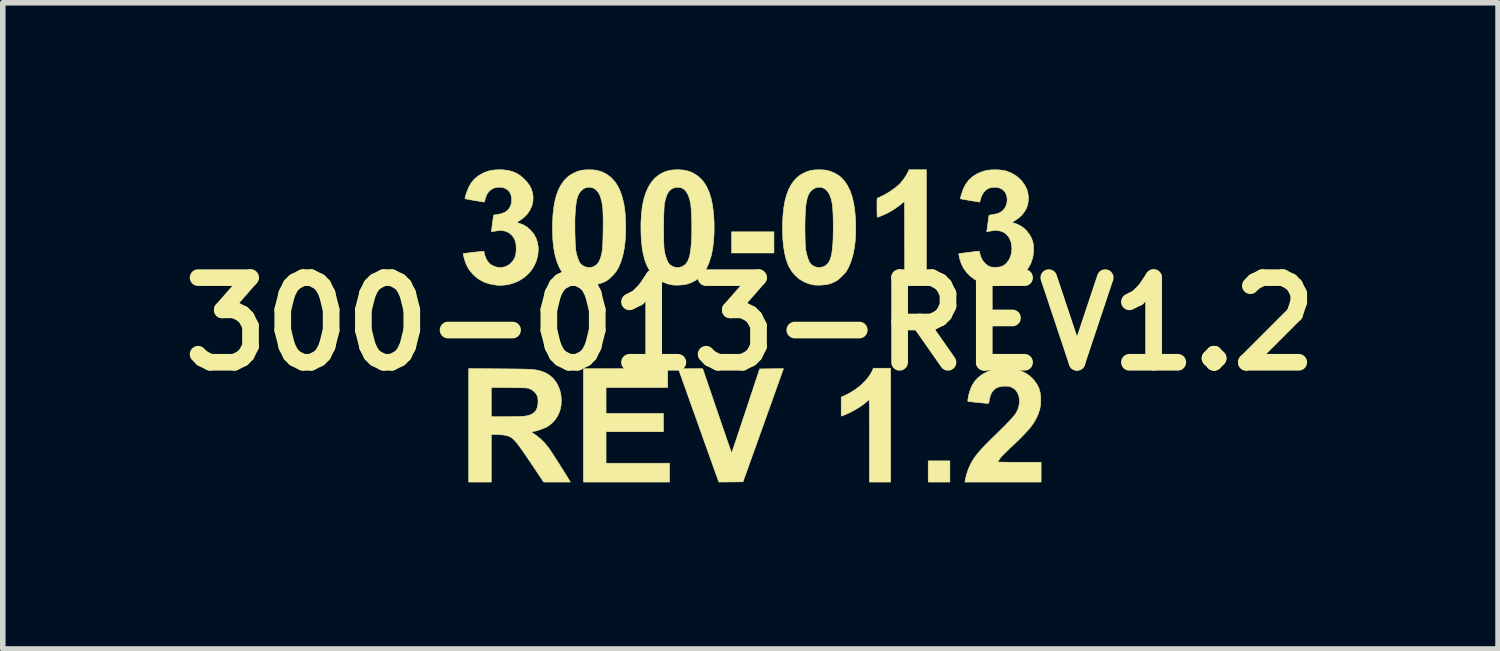
<source format=kicad_pcb>
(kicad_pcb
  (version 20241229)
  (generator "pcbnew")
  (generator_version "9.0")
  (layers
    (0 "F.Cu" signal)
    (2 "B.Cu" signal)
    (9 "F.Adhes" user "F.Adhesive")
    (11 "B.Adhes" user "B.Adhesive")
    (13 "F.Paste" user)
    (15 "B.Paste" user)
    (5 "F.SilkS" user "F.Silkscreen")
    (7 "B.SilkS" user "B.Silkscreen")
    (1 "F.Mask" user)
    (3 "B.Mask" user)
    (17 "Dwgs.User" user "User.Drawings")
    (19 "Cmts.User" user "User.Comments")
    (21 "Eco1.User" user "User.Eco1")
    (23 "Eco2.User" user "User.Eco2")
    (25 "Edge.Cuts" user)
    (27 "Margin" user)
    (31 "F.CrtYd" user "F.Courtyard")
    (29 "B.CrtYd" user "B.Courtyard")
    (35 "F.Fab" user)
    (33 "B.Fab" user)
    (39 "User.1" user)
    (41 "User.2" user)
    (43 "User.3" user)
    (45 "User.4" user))
  (footprint "300-013-REV1.2"
    (layer "F.Cu")
    (at 10.458 2.782)
    (property "Reference" "300-013-REV1.2" (at 0 0 0) (layer "F.SilkS") (effects (font (size 1.524 1.524) (thickness 0.3))))
    (attr through_hole)
    (fp_poly (pts (xy 0.423 -1.278) (xy -0.339 -1.278) (xy -0.339 -1.659) (xy 0.423 -1.659) (xy 0.423 -1.278)) (stroke (width 0.01) (type solid)) (fill yes) (layer "F.SilkS"))
    (fp_poly (pts (xy 3.59 2.845) (xy 3.2 2.845) (xy 3.2 2.464) (xy 3.59 2.464) (xy 3.59 2.845)) (stroke (width 0.01) (type solid)) (fill yes) (layer "F.SilkS"))
    (fp_poly (pts (xy -1.49 1.143) (xy -2.599 1.143) (xy -2.599 1.609) (xy -1.566 1.609) (xy -1.566 1.939) (xy -2.599 1.939) (xy -2.599 2.506) (xy -1.456 2.506) (xy -1.456 2.845) (xy -3.006 2.845) (xy -3.006 0.804) (xy -1.49 0.804) (xy -1.49 1.143)) (stroke (width 0.01) (type solid)) (fill yes) (layer "F.SilkS"))
    (fp_poly (pts (xy 2.523 2.845) (xy 2.142 2.845) (xy 2.142 2.104) (xy 2.142 1.994) (xy 2.142 1.888) (xy 2.142 1.789) (xy 2.141 1.697) (xy 2.141 1.614) (xy 2.14 1.541) (xy 2.14 1.478) (xy 2.139 1.428) (xy 2.138 1.391) (xy 2.138 1.369) (xy 2.137 1.363) (xy 2.129 1.368) (xy 2.111 1.382) (xy 2.091 1.4) (xy 2.031 1.448) (xy 1.96 1.498) (xy 1.881 1.546) (xy 1.799 1.59) (xy 1.72 1.626) (xy 1.688 1.639) (xy 1.634 1.659) (xy 1.634 1.316) (xy 1.707 1.283) (xy 1.796 1.237) (xy 1.882 1.183) (xy 1.963 1.122) (xy 2.036 1.056) (xy 2.1 0.987) (xy 2.152 0.917) (xy 2.19 0.849) (xy 2.194 0.839) (xy 2.212 0.796) (xy 2.523 0.796) (xy 2.523 2.845)) (stroke (width 0.01) (type solid)) (fill yes) (layer "F.SilkS"))
    (fp_poly (pts (xy 3.167 -2.777) (xy 3.167 -0.728) (xy 2.777 -0.728) (xy 2.773 -2.209) (xy 2.722 -2.166) (xy 2.656 -2.115) (xy 2.582 -2.064) (xy 2.508 -2.019) (xy 2.498 -2.013) (xy 2.469 -1.998) (xy 2.433 -1.981) (xy 2.395 -1.964) (xy 2.357 -1.948) (xy 2.324 -1.934) (xy 2.299 -1.925) (xy 2.286 -1.922) (xy 2.283 -1.93) (xy 2.28 -1.955) (xy 2.279 -1.996) (xy 2.278 -2.055) (xy 2.278 -2.095) (xy 2.278 -2.155) (xy 2.278 -2.199) (xy 2.279 -2.231) (xy 2.281 -2.252) (xy 2.284 -2.264) (xy 2.288 -2.269) (xy 2.29 -2.269) (xy 2.302 -2.273) (xy 2.326 -2.283) (xy 2.357 -2.298) (xy 2.394 -2.316) (xy 2.451 -2.347) (xy 2.513 -2.386) (xy 2.574 -2.429) (xy 2.631 -2.472) (xy 2.677 -2.512) (xy 2.679 -2.513) (xy 2.721 -2.559) (xy 2.763 -2.614) (xy 2.802 -2.672) (xy 2.825 -2.715) (xy 2.856 -2.777) (xy 3.011 -2.777) (xy 3.167 -2.777)) (stroke (width 0.01) (type solid)) (fill yes) (layer "F.SilkS"))
    (fp_poly (pts (xy 0.588 0.823) (xy 0.584 0.833) (xy 0.575 0.859) (xy 0.561 0.898) (xy 0.543 0.95) (xy 0.52 1.014) (xy 0.493 1.09) (xy 0.462 1.175) (xy 0.429 1.269) (xy 0.392 1.372) (xy 0.353 1.482) (xy 0.311 1.598) (xy 0.268 1.719) (xy 0.224 1.841) (xy -0.134 2.841) (xy -0.351 2.843) (xy -0.568 2.845) (xy -0.577 2.822) (xy -0.582 2.808) (xy -0.592 2.78) (xy -0.606 2.739) (xy -0.626 2.686) (xy -0.649 2.622) (xy -0.675 2.548) (xy -0.705 2.466) (xy -0.737 2.376) (xy -0.771 2.28) (xy -0.807 2.179) (xy -0.845 2.074) (xy -0.883 1.966) (xy -0.922 1.857) (xy -0.961 1.747) (xy -1 1.638) (xy -1.039 1.531) (xy -1.076 1.426) (xy -1.111 1.327) (xy -1.145 1.232) (xy -1.176 1.144) (xy -1.205 1.064) (xy -1.23 0.992) (xy -1.252 0.931) (xy -1.27 0.881) (xy -1.284 0.843) (xy -1.292 0.818) (xy -1.295 0.809) (xy -1.295 0.809) (xy -1.287 0.808) (xy -1.265 0.806) (xy -1.229 0.806) (xy -1.184 0.805) (xy -1.13 0.805) (xy -1.077 0.804) (xy -0.859 0.805) (xy -0.601 1.562) (xy -0.564 1.671) (xy -0.528 1.775) (xy -0.495 1.873) (xy -0.463 1.964) (xy -0.435 2.048) (xy -0.409 2.122) (xy -0.386 2.186) (xy -0.368 2.239) (xy -0.354 2.28) (xy -0.344 2.307) (xy -0.339 2.319) (xy -0.339 2.32) (xy -0.335 2.312) (xy -0.327 2.289) (xy -0.314 2.252) (xy -0.298 2.203) (xy -0.277 2.142) (xy -0.253 2.07) (xy -0.226 1.989) (xy -0.196 1.9) (xy -0.164 1.803) (xy -0.13 1.701) (xy -0.094 1.593) (xy -0.084 1.564) (xy 0.166 0.809) (xy 0.38 0.806) (xy 0.594 0.804) (xy 0.588 0.823)) (stroke (width 0.01) (type solid)) (fill yes) (layer "F.SilkS"))
    (fp_poly (pts (xy -1.229 -2.773) (xy -1.156 -2.762) (xy -1.088 -2.741) (xy -1.037 -2.719) (xy -0.961 -2.673) (xy -0.893 -2.615) (xy -0.834 -2.545) (xy -0.784 -2.463) (xy -0.742 -2.368) (xy -0.708 -2.259) (xy -0.683 -2.136) (xy -0.665 -1.999) (xy -0.655 -1.847) (xy -0.654 -1.815) (xy -0.654 -1.646) (xy -0.663 -1.491) (xy -0.681 -1.349) (xy -0.708 -1.221) (xy -0.744 -1.107) (xy -0.789 -1.006) (xy -0.843 -0.92) (xy -0.906 -0.848) (xy -0.978 -0.79) (xy -1.059 -0.747) (xy -1.137 -0.72) (xy -1.191 -0.709) (xy -1.252 -0.702) (xy -1.314 -0.699) (xy -1.371 -0.7) (xy -1.397 -0.702) (xy -1.496 -0.724) (xy -1.587 -0.761) (xy -1.67 -0.813) (xy -1.723 -0.857) (xy -1.778 -0.916) (xy -1.826 -0.982) (xy -1.866 -1.057) (xy -1.899 -1.143) (xy -1.925 -1.239) (xy -1.946 -1.348) (xy -1.96 -1.47) (xy -1.969 -1.607) (xy -1.97 -1.651) (xy -1.971 -1.729) (xy -1.563 -1.729) (xy -1.563 -1.648) (xy -1.562 -1.571) (xy -1.561 -1.499) (xy -1.559 -1.435) (xy -1.556 -1.382) (xy -1.553 -1.342) (xy -1.551 -1.329) (xy -1.539 -1.267) (xy -1.522 -1.207) (xy -1.503 -1.153) (xy -1.483 -1.109) (xy -1.475 -1.096) (xy -1.442 -1.061) (xy -1.398 -1.035) (xy -1.348 -1.019) (xy -1.312 -1.016) (xy -1.27 -1.02) (xy -1.231 -1.033) (xy -1.219 -1.039) (xy -1.184 -1.061) (xy -1.154 -1.091) (xy -1.13 -1.129) (xy -1.109 -1.177) (xy -1.092 -1.235) (xy -1.079 -1.307) (xy -1.069 -1.392) (xy -1.062 -1.491) (xy -1.059 -1.545) (xy -1.056 -1.617) (xy -1.056 -1.697) (xy -1.056 -1.779) (xy -1.057 -1.862) (xy -1.06 -1.943) (xy -1.064 -2.019) (xy -1.068 -2.086) (xy -1.074 -2.142) (xy -1.079 -2.178) (xy -1.099 -2.263) (xy -1.126 -2.333) (xy -1.16 -2.388) (xy -1.2 -2.428) (xy -1.246 -2.453) (xy -1.299 -2.462) (xy -1.352 -2.457) (xy -1.401 -2.441) (xy -1.443 -2.413) (xy -1.478 -2.373) (xy -1.506 -2.319) (xy -1.529 -2.251) (xy -1.547 -2.169) (xy -1.551 -2.137) (xy -1.554 -2.09) (xy -1.557 -2.032) (xy -1.56 -1.964) (xy -1.561 -1.889) (xy -1.562 -1.81) (xy -1.563 -1.729) (xy -1.971 -1.729) (xy -1.971 -1.822) (xy -1.962 -1.98) (xy -1.945 -2.123) (xy -1.918 -2.252) (xy -1.881 -2.367) (xy -1.836 -2.468) (xy -1.781 -2.555) (xy -1.717 -2.628) (xy -1.644 -2.686) (xy -1.588 -2.719) (xy -1.521 -2.747) (xy -1.452 -2.765) (xy -1.377 -2.775) (xy -1.312 -2.777) (xy -1.229 -2.773)) (stroke (width 0.01) (type solid)) (fill yes) (layer "F.SilkS"))
    (fp_poly (pts (xy 4.643 0.799) (xy 4.753 0.812) (xy 4.852 0.838) (xy 4.941 0.877) (xy 5.02 0.93) (xy 5.09 0.995) (xy 5.112 1.022) (xy 5.16 1.089) (xy 5.193 1.158) (xy 5.215 1.233) (xy 5.225 1.316) (xy 5.226 1.372) (xy 5.222 1.458) (xy 5.208 1.535) (xy 5.183 1.612) (xy 5.161 1.664) (xy 5.136 1.714) (xy 5.109 1.762) (xy 5.077 1.81) (xy 5.04 1.86) (xy 4.995 1.913) (xy 4.943 1.97) (xy 4.881 2.034) (xy 4.809 2.105) (xy 4.738 2.173) (xy 4.691 2.217) (xy 4.647 2.259) (xy 4.607 2.298) (xy 4.574 2.33) (xy 4.548 2.355) (xy 4.534 2.37) (xy 4.512 2.395) (xy 4.49 2.423) (xy 4.472 2.45) (xy 4.458 2.471) (xy 4.454 2.483) (xy 4.462 2.484) (xy 4.485 2.485) (xy 4.522 2.486) (xy 4.571 2.487) (xy 4.63 2.488) (xy 4.698 2.489) (xy 4.773 2.489) (xy 4.843 2.489) (xy 5.232 2.489) (xy 5.232 2.845) (xy 3.86 2.845) (xy 3.865 2.826) (xy 3.868 2.807) (xy 3.874 2.779) (xy 3.878 2.756) (xy 3.898 2.681) (xy 3.927 2.601) (xy 3.964 2.52) (xy 4.007 2.445) (xy 4.023 2.419) (xy 4.06 2.368) (xy 4.106 2.312) (xy 4.161 2.249) (xy 4.227 2.18) (xy 4.305 2.101) (xy 4.336 2.07) (xy 4.421 1.987) (xy 4.495 1.914) (xy 4.559 1.851) (xy 4.613 1.796) (xy 4.658 1.749) (xy 4.696 1.709) (xy 4.727 1.674) (xy 4.752 1.643) (xy 4.772 1.616) (xy 4.788 1.591) (xy 4.8 1.568) (xy 4.811 1.545) (xy 4.819 1.521) (xy 4.827 1.496) (xy 4.841 1.429) (xy 4.842 1.362) (xy 4.831 1.298) (xy 4.809 1.241) (xy 4.777 1.193) (xy 4.761 1.177) (xy 4.721 1.148) (xy 4.676 1.129) (xy 4.623 1.12) (xy 4.575 1.118) (xy 4.504 1.124) (xy 4.443 1.143) (xy 4.392 1.175) (xy 4.352 1.22) (xy 4.322 1.279) (xy 4.302 1.352) (xy 4.296 1.388) (xy 4.291 1.413) (xy 4.284 1.428) (xy 4.281 1.431) (xy 4.269 1.43) (xy 4.244 1.428) (xy 4.208 1.424) (xy 4.162 1.42) (xy 4.112 1.414) (xy 4.106 1.414) (xy 4.054 1.409) (xy 4.008 1.404) (xy 3.969 1.4) (xy 3.941 1.398) (xy 3.926 1.397) (xy 3.926 1.397) (xy 3.917 1.395) (xy 3.913 1.388) (xy 3.913 1.371) (xy 3.916 1.348) (xy 3.927 1.287) (xy 3.945 1.22) (xy 3.969 1.154) (xy 3.994 1.097) (xy 3.995 1.097) (xy 4.042 1.024) (xy 4.103 0.96) (xy 4.176 0.906) (xy 4.259 0.861) (xy 4.351 0.828) (xy 4.452 0.807) (xy 4.558 0.797) (xy 4.643 0.799)) (stroke (width 0.01) (type solid)) (fill yes) (layer "F.SilkS"))
    (fp_poly (pts (xy -4.511 0.807) (xy -4.395 0.808) (xy -4.294 0.809) (xy -4.207 0.81) (xy -4.133 0.811) (xy -4.071 0.812) (xy -4.018 0.814) (xy -3.973 0.816) (xy -3.935 0.818) (xy -3.903 0.821) (xy -3.875 0.825) (xy -3.849 0.829) (xy -3.825 0.834) (xy -3.8 0.84) (xy -3.789 0.843) (xy -3.702 0.873) (xy -3.625 0.916) (xy -3.558 0.973) (xy -3.501 1.043) (xy -3.467 1.103) (xy -3.434 1.181) (xy -3.414 1.257) (xy -3.405 1.339) (xy -3.404 1.376) (xy -3.409 1.465) (xy -3.426 1.546) (xy -3.455 1.624) (xy -3.463 1.641) (xy -3.506 1.711) (xy -3.562 1.775) (xy -3.626 1.828) (xy -3.671 1.856) (xy -3.716 1.876) (xy -3.771 1.897) (xy -3.828 1.916) (xy -3.881 1.93) (xy -3.905 1.934) (xy -3.926 1.939) (xy -3.936 1.944) (xy -3.937 1.946) (xy -3.93 1.953) (xy -3.912 1.966) (xy -3.886 1.985) (xy -3.867 1.998) (xy -3.782 2.064) (xy -3.701 2.145) (xy -3.627 2.237) (xy -3.624 2.242) (xy -3.608 2.265) (xy -3.585 2.3) (xy -3.557 2.343) (xy -3.524 2.394) (xy -3.488 2.45) (xy -3.45 2.508) (xy -3.413 2.568) (xy -3.376 2.625) (xy -3.342 2.68) (xy -3.311 2.729) (xy -3.286 2.77) (xy -3.267 2.801) (xy -3.255 2.82) (xy -3.255 2.822) (xy -3.242 2.845) (xy -3.722 2.845) (xy -3.915 2.556) (xy -3.98 2.46) (xy -4.036 2.377) (xy -4.085 2.306) (xy -4.127 2.246) (xy -4.164 2.195) (xy -4.195 2.154) (xy -4.223 2.12) (xy -4.247 2.093) (xy -4.269 2.072) (xy -4.289 2.055) (xy -4.309 2.041) (xy -4.328 2.03) (xy -4.34 2.024) (xy -4.388 2.008) (xy -4.452 1.997) (xy -4.53 1.991) (xy -4.578 1.99) (xy -4.665 1.99) (xy -4.665 2.845) (xy -5.072 2.845) (xy -5.072 1.668) (xy -4.665 1.668) (xy -4.401 1.668) (xy -4.331 1.668) (xy -4.264 1.667) (xy -4.202 1.666) (xy -4.147 1.664) (xy -4.103 1.662) (xy -4.072 1.66) (xy -4.066 1.66) (xy -3.993 1.646) (xy -3.933 1.622) (xy -3.887 1.588) (xy -3.853 1.544) (xy -3.832 1.488) (xy -3.824 1.421) (xy -3.823 1.405) (xy -3.824 1.365) (xy -3.828 1.329) (xy -3.834 1.302) (xy -3.835 1.3) (xy -3.855 1.261) (xy -3.888 1.222) (xy -3.928 1.189) (xy -3.97 1.167) (xy -3.982 1.162) (xy -3.995 1.158) (xy -4.01 1.155) (xy -4.028 1.152) (xy -4.051 1.15) (xy -4.082 1.149) (xy -4.122 1.148) (xy -4.173 1.147) (xy -4.237 1.146) (xy -4.315 1.145) (xy -4.341 1.145) (xy -4.665 1.142) (xy -4.665 1.668) (xy -5.072 1.668) (xy -5.072 0.803) (xy -4.511 0.807)) (stroke (width 0.01) (type solid)) (fill yes) (layer "F.SilkS"))
    (fp_poly (pts (xy 1.27 -2.776) (xy 1.332 -2.772) (xy 1.384 -2.764) (xy 1.451 -2.744) (xy 1.521 -2.713) (xy 1.586 -2.674) (xy 1.632 -2.638) (xy 1.693 -2.572) (xy 1.746 -2.494) (xy 1.791 -2.404) (xy 1.828 -2.301) (xy 1.856 -2.185) (xy 1.877 -2.055) (xy 1.89 -1.91) (xy 1.894 -1.82) (xy 1.895 -1.661) (xy 1.888 -1.515) (xy 1.873 -1.382) (xy 1.85 -1.261) (xy 1.819 -1.151) (xy 1.78 -1.05) (xy 1.768 -1.024) (xy 1.745 -0.981) (xy 1.725 -0.947) (xy 1.702 -0.917) (xy 1.672 -0.885) (xy 1.651 -0.863) (xy 1.596 -0.812) (xy 1.542 -0.773) (xy 1.486 -0.745) (xy 1.424 -0.723) (xy 1.412 -0.72) (xy 1.352 -0.708) (xy 1.284 -0.701) (xy 1.217 -0.699) (xy 1.156 -0.701) (xy 1.144 -0.703) (xy 1.05 -0.724) (xy 0.961 -0.761) (xy 0.879 -0.811) (xy 0.806 -0.875) (xy 0.743 -0.949) (xy 0.692 -1.034) (xy 0.675 -1.072) (xy 0.642 -1.165) (xy 0.616 -1.273) (xy 0.596 -1.394) (xy 0.583 -1.527) (xy 0.577 -1.671) (xy 0.578 -1.733) (xy 0.981 -1.733) (xy 0.982 -1.646) (xy 0.983 -1.562) (xy 0.985 -1.484) (xy 0.989 -1.414) (xy 0.993 -1.357) (xy 0.998 -1.319) (xy 1.01 -1.265) (xy 1.025 -1.21) (xy 1.042 -1.16) (xy 1.061 -1.118) (xy 1.073 -1.096) (xy 1.109 -1.059) (xy 1.154 -1.033) (xy 1.205 -1.019) (xy 1.26 -1.018) (xy 1.313 -1.031) (xy 1.326 -1.036) (xy 1.359 -1.056) (xy 1.388 -1.082) (xy 1.413 -1.117) (xy 1.434 -1.16) (xy 1.451 -1.213) (xy 1.465 -1.277) (xy 1.475 -1.353) (xy 1.483 -1.443) (xy 1.488 -1.546) (xy 1.49 -1.664) (xy 1.491 -1.748) (xy 1.49 -1.857) (xy 1.488 -1.951) (xy 1.484 -2.032) (xy 1.479 -2.102) (xy 1.472 -2.161) (xy 1.462 -2.214) (xy 1.45 -2.26) (xy 1.435 -2.302) (xy 1.421 -2.334) (xy 1.389 -2.387) (xy 1.348 -2.427) (xy 1.302 -2.452) (xy 1.252 -2.463) (xy 1.201 -2.46) (xy 1.15 -2.441) (xy 1.103 -2.407) (xy 1.096 -2.4) (xy 1.069 -2.37) (xy 1.047 -2.334) (xy 1.03 -2.291) (xy 1.016 -2.237) (xy 1.003 -2.17) (xy 1.002 -2.167) (xy 0.996 -2.12) (xy 0.991 -2.059) (xy 0.987 -1.987) (xy 0.984 -1.907) (xy 0.982 -1.821) (xy 0.981 -1.733) (xy 0.578 -1.733) (xy 0.578 -1.812) (xy 0.586 -1.963) (xy 0.601 -2.099) (xy 0.623 -2.221) (xy 0.653 -2.33) (xy 0.69 -2.426) (xy 0.735 -2.511) (xy 0.789 -2.585) (xy 0.842 -2.64) (xy 0.891 -2.678) (xy 0.951 -2.713) (xy 1.015 -2.742) (xy 1.077 -2.762) (xy 1.088 -2.764) (xy 1.141 -2.772) (xy 1.204 -2.776) (xy 1.27 -2.776)) (stroke (width 0.01) (type solid)) (fill yes) (layer "F.SilkS"))
    (fp_poly (pts (xy -2.871 -2.776) (xy -2.808 -2.772) (xy -2.756 -2.764) (xy -2.67 -2.738) (xy -2.588 -2.696) (xy -2.514 -2.64) (xy -2.489 -2.616) (xy -2.434 -2.553) (xy -2.389 -2.485) (xy -2.351 -2.407) (xy -2.325 -2.337) (xy -2.303 -2.264) (xy -2.285 -2.193) (xy -2.271 -2.12) (xy -2.26 -2.042) (xy -2.253 -1.956) (xy -2.248 -1.858) (xy -2.246 -1.816) (xy -2.246 -1.65) (xy -2.255 -1.496) (xy -2.272 -1.355) (xy -2.299 -1.225) (xy -2.335 -1.11) (xy -2.38 -1.008) (xy -2.382 -1.004) (xy -2.419 -0.944) (xy -2.467 -0.885) (xy -2.52 -0.832) (xy -2.577 -0.787) (xy -2.625 -0.759) (xy -2.708 -0.727) (xy -2.8 -0.707) (xy -2.894 -0.698) (xy -2.985 -0.701) (xy -2.996 -0.703) (xy -3.085 -0.722) (xy -3.165 -0.753) (xy -3.24 -0.797) (xy -3.313 -0.857) (xy -3.332 -0.876) (xy -3.369 -0.914) (xy -3.396 -0.946) (xy -3.417 -0.976) (xy -3.436 -1.01) (xy -3.443 -1.024) (xy -3.485 -1.126) (xy -3.518 -1.242) (xy -3.542 -1.373) (xy -3.557 -1.517) (xy -3.563 -1.677) (xy -3.562 -1.8) (xy -3.16 -1.8) (xy -3.16 -1.725) (xy -3.159 -1.649) (xy -3.157 -1.572) (xy -3.155 -1.499) (xy -3.152 -1.433) (xy -3.148 -1.376) (xy -3.144 -1.331) (xy -3.141 -1.312) (xy -3.13 -1.258) (xy -3.114 -1.203) (xy -3.095 -1.152) (xy -3.076 -1.111) (xy -3.064 -1.092) (xy -3.028 -1.057) (xy -2.982 -1.031) (xy -2.929 -1.018) (xy -2.904 -1.016) (xy -2.847 -1.024) (xy -2.814 -1.037) (xy -2.774 -1.062) (xy -2.742 -1.097) (xy -2.715 -1.145) (xy -2.697 -1.193) (xy -2.687 -1.228) (xy -2.679 -1.261) (xy -2.672 -1.297) (xy -2.666 -1.336) (xy -2.662 -1.381) (xy -2.659 -1.435) (xy -2.656 -1.498) (xy -2.654 -1.574) (xy -2.653 -1.664) (xy -2.652 -1.676) (xy -2.651 -1.786) (xy -2.651 -1.88) (xy -2.653 -1.962) (xy -2.655 -2.033) (xy -2.66 -2.094) (xy -2.666 -2.147) (xy -2.675 -2.196) (xy -2.686 -2.24) (xy -2.699 -2.283) (xy -2.71 -2.315) (xy -2.734 -2.363) (xy -2.768 -2.405) (xy -2.807 -2.436) (xy -2.847 -2.454) (xy -2.903 -2.463) (xy -2.953 -2.458) (xy -2.998 -2.438) (xy -3.042 -2.403) (xy -3.045 -2.4) (xy -3.071 -2.37) (xy -3.093 -2.334) (xy -3.111 -2.291) (xy -3.125 -2.24) (xy -3.137 -2.178) (xy -3.146 -2.103) (xy -3.153 -2.015) (xy -3.158 -1.93) (xy -3.16 -1.869) (xy -3.16 -1.8) (xy -3.562 -1.8) (xy -3.562 -1.811) (xy -3.555 -1.961) (xy -3.54 -2.097) (xy -3.518 -2.219) (xy -3.489 -2.327) (xy -3.452 -2.423) (xy -3.407 -2.507) (xy -3.355 -2.581) (xy -3.302 -2.636) (xy -3.248 -2.678) (xy -3.184 -2.715) (xy -3.116 -2.746) (xy -3.052 -2.764) (xy -2.999 -2.772) (xy -2.937 -2.776) (xy -2.871 -2.776)) (stroke (width 0.01) (type solid)) (fill yes) (layer "F.SilkS"))
    (fp_poly (pts (xy -4.455 -2.775) (xy -4.388 -2.768) (xy -4.348 -2.761) (xy -4.272 -2.739) (xy -4.208 -2.711) (xy -4.149 -2.675) (xy -4.092 -2.627) (xy -4.068 -2.604) (xy -4.016 -2.547) (xy -3.977 -2.494) (xy -3.948 -2.439) (xy -3.928 -2.378) (xy -3.924 -2.367) (xy -3.912 -2.285) (xy -3.916 -2.204) (xy -3.935 -2.125) (xy -3.969 -2.05) (xy -4.016 -1.98) (xy -4.077 -1.918) (xy -4.147 -1.867) (xy -4.172 -1.851) (xy -4.191 -1.837) (xy -4.199 -1.829) (xy -4.199 -1.829) (xy -4.192 -1.823) (xy -4.173 -1.816) (xy -4.159 -1.812) (xy -4.091 -1.787) (xy -4.023 -1.746) (xy -3.959 -1.69) (xy -3.958 -1.689) (xy -3.901 -1.621) (xy -3.859 -1.545) (xy -3.832 -1.463) (xy -3.819 -1.372) (xy -3.819 -1.339) (xy -3.827 -1.241) (xy -3.85 -1.146) (xy -3.888 -1.057) (xy -3.938 -0.975) (xy -4.001 -0.901) (xy -4.074 -0.837) (xy -4.157 -0.783) (xy -4.248 -0.742) (xy -4.346 -0.713) (xy -4.407 -0.703) (xy -4.454 -0.698) (xy -4.493 -0.696) (xy -4.528 -0.696) (xy -4.568 -0.7) (xy -4.597 -0.703) (xy -4.703 -0.723) (xy -4.799 -0.756) (xy -4.886 -0.804) (xy -4.966 -0.866) (xy -5.007 -0.906) (xy -5.068 -0.984) (xy -5.116 -1.073) (xy -5.15 -1.171) (xy -5.163 -1.229) (xy -5.171 -1.268) (xy -4.988 -1.29) (xy -4.935 -1.296) (xy -4.886 -1.301) (xy -4.846 -1.305) (xy -4.817 -1.307) (xy -4.801 -1.308) (xy -4.799 -1.307) (xy -4.794 -1.296) (xy -4.792 -1.283) (xy -4.788 -1.257) (xy -4.777 -1.223) (xy -4.762 -1.185) (xy -4.744 -1.149) (xy -4.731 -1.128) (xy -4.709 -1.102) (xy -4.681 -1.076) (xy -4.662 -1.063) (xy -4.602 -1.033) (xy -4.539 -1.018) (xy -4.475 -1.017) (xy -4.412 -1.032) (xy -4.355 -1.06) (xy -4.304 -1.102) (xy -4.303 -1.103) (xy -4.266 -1.15) (xy -4.24 -1.198) (xy -4.224 -1.253) (xy -4.217 -1.317) (xy -4.216 -1.357) (xy -4.219 -1.427) (xy -4.23 -1.485) (xy -4.25 -1.534) (xy -4.28 -1.58) (xy -4.3 -1.603) (xy -4.348 -1.643) (xy -4.404 -1.669) (xy -4.469 -1.682) (xy -4.543 -1.68) (xy -4.588 -1.673) (xy -4.621 -1.667) (xy -4.646 -1.663) (xy -4.66 -1.662) (xy -4.662 -1.662) (xy -4.662 -1.671) (xy -4.659 -1.693) (xy -4.655 -1.725) (xy -4.65 -1.764) (xy -4.645 -1.807) (xy -4.639 -1.85) (xy -4.633 -1.89) (xy -4.628 -1.924) (xy -4.624 -1.948) (xy -4.621 -1.959) (xy -4.621 -1.96) (xy -4.612 -1.962) (xy -4.59 -1.966) (xy -4.56 -1.97) (xy -4.549 -1.972) (xy -4.475 -1.988) (xy -4.413 -2.015) (xy -4.364 -2.053) (xy -4.329 -2.101) (xy -4.307 -2.159) (xy -4.298 -2.228) (xy -4.298 -2.241) (xy -4.305 -2.306) (xy -4.326 -2.36) (xy -4.359 -2.404) (xy -4.403 -2.437) (xy -4.458 -2.456) (xy -4.523 -2.463) (xy -4.545 -2.462) (xy -4.609 -2.45) (xy -4.664 -2.423) (xy -4.71 -2.383) (xy -4.746 -2.33) (xy -4.771 -2.264) (xy -4.776 -2.244) (xy -4.782 -2.218) (xy -4.786 -2.2) (xy -4.788 -2.195) (xy -4.796 -2.196) (xy -4.818 -2.199) (xy -4.851 -2.204) (xy -4.891 -2.211) (xy -4.936 -2.218) (xy -4.983 -2.226) (xy -5.028 -2.234) (xy -5.069 -2.242) (xy -5.103 -2.248) (xy -5.126 -2.253) (xy -5.137 -2.255) (xy -5.137 -2.255) (xy -5.137 -2.266) (xy -5.133 -2.289) (xy -5.123 -2.322) (xy -5.111 -2.36) (xy -5.096 -2.4) (xy -5.08 -2.439) (xy -5.066 -2.471) (xy -5.02 -2.549) (xy -4.962 -2.616) (xy -4.891 -2.672) (xy -4.807 -2.719) (xy -4.72 -2.752) (xy -4.665 -2.765) (xy -4.598 -2.773) (xy -4.527 -2.777) (xy -4.455 -2.775)) (stroke (width 0.01) (type solid)) (fill yes) (layer "F.SilkS"))
    (fp_poly (pts (xy 4.453 -2.775) (xy 4.519 -2.769) (xy 4.577 -2.76) (xy 4.61 -2.752) (xy 4.704 -2.714) (xy 4.787 -2.663) (xy 4.859 -2.601) (xy 4.892 -2.563) (xy 4.942 -2.492) (xy 4.976 -2.422) (xy 4.996 -2.349) (xy 5.004 -2.271) (xy 5.004 -2.26) (xy 4.996 -2.175) (xy 4.974 -2.096) (xy 4.935 -2.024) (xy 4.882 -1.957) (xy 4.812 -1.896) (xy 4.766 -1.865) (xy 4.741 -1.848) (xy 4.723 -1.835) (xy 4.716 -1.828) (xy 4.716 -1.828) (xy 4.723 -1.823) (xy 4.741 -1.817) (xy 4.745 -1.817) (xy 4.766 -1.81) (xy 4.797 -1.798) (xy 4.831 -1.783) (xy 4.842 -1.778) (xy 4.911 -1.734) (xy 4.972 -1.677) (xy 5.024 -1.61) (xy 5.063 -1.536) (xy 5.088 -1.458) (xy 5.095 -1.402) (xy 5.097 -1.337) (xy 5.093 -1.27) (xy 5.084 -1.208) (xy 5.08 -1.189) (xy 5.048 -1.095) (xy 5.001 -1.007) (xy 4.941 -0.927) (xy 4.869 -0.857) (xy 4.788 -0.798) (xy 4.698 -0.752) (xy 4.606 -0.72) (xy 4.548 -0.709) (xy 4.481 -0.702) (xy 4.411 -0.699) (xy 4.346 -0.7) (xy 4.315 -0.703) (xy 4.214 -0.723) (xy 4.119 -0.757) (xy 4.032 -0.805) (xy 3.954 -0.863) (xy 3.887 -0.933) (xy 3.832 -1.012) (xy 3.794 -1.091) (xy 3.782 -1.124) (xy 3.771 -1.161) (xy 3.762 -1.197) (xy 3.755 -1.229) (xy 3.751 -1.253) (xy 3.751 -1.265) (xy 3.752 -1.265) (xy 3.761 -1.267) (xy 3.784 -1.271) (xy 3.818 -1.275) (xy 3.862 -1.281) (xy 3.907 -1.287) (xy 3.959 -1.293) (xy 4.006 -1.299) (xy 4.046 -1.304) (xy 4.076 -1.307) (xy 4.09 -1.309) (xy 4.11 -1.312) (xy 4.119 -1.307) (xy 4.124 -1.292) (xy 4.126 -1.279) (xy 4.145 -1.212) (xy 4.176 -1.149) (xy 4.218 -1.096) (xy 4.269 -1.054) (xy 4.287 -1.043) (xy 4.311 -1.032) (xy 4.332 -1.025) (xy 4.357 -1.022) (xy 4.391 -1.02) (xy 4.411 -1.02) (xy 4.471 -1.024) (xy 4.519 -1.035) (xy 4.561 -1.055) (xy 4.6 -1.087) (xy 4.612 -1.098) (xy 4.652 -1.151) (xy 4.681 -1.212) (xy 4.699 -1.28) (xy 4.706 -1.35) (xy 4.702 -1.42) (xy 4.687 -1.487) (xy 4.66 -1.548) (xy 4.623 -1.599) (xy 4.615 -1.607) (xy 4.568 -1.645) (xy 4.515 -1.669) (xy 4.455 -1.682) (xy 4.386 -1.682) (xy 4.307 -1.671) (xy 4.271 -1.663) (xy 4.253 -1.658) (xy 4.273 -1.801) (xy 4.279 -1.848) (xy 4.285 -1.89) (xy 4.289 -1.924) (xy 4.292 -1.945) (xy 4.292 -1.952) (xy 4.3 -1.957) (xy 4.321 -1.963) (xy 4.351 -1.969) (xy 4.365 -1.971) (xy 4.427 -1.982) (xy 4.477 -1.999) (xy 4.52 -2.024) (xy 4.545 -2.044) (xy 4.58 -2.087) (xy 4.605 -2.139) (xy 4.619 -2.197) (xy 4.621 -2.257) (xy 4.611 -2.315) (xy 4.588 -2.366) (xy 4.58 -2.378) (xy 4.541 -2.419) (xy 4.492 -2.446) (xy 4.433 -2.46) (xy 4.416 -2.462) (xy 4.347 -2.459) (xy 4.287 -2.442) (xy 4.236 -2.41) (xy 4.194 -2.364) (xy 4.161 -2.305) (xy 4.143 -2.252) (xy 4.136 -2.224) (xy 4.13 -2.204) (xy 4.128 -2.195) (xy 4.128 -2.195) (xy 4.119 -2.196) (xy 4.097 -2.199) (xy 4.065 -2.204) (xy 4.025 -2.211) (xy 3.98 -2.218) (xy 3.933 -2.226) (xy 3.888 -2.234) (xy 3.847 -2.241) (xy 3.813 -2.247) (xy 3.79 -2.252) (xy 3.78 -2.254) (xy 3.78 -2.254) (xy 3.78 -2.264) (xy 3.785 -2.286) (xy 3.793 -2.315) (xy 3.804 -2.349) (xy 3.815 -2.384) (xy 3.825 -2.414) (xy 3.832 -2.433) (xy 3.877 -2.519) (xy 3.934 -2.594) (xy 4.003 -2.656) (xy 4.083 -2.706) (xy 4.174 -2.744) (xy 4.261 -2.766) (xy 4.319 -2.773) (xy 4.384 -2.776) (xy 4.453 -2.775)) (stroke (width 0.01) (type solid)) (fill yes) (layer "F.SilkS")))
  (gr_rect
    (start -3 -3)
    (end 23.915 8.632)
    (stroke (width 0.1) (type default))
    (fill no)
    (layer "Edge.Cuts")))
</source>
